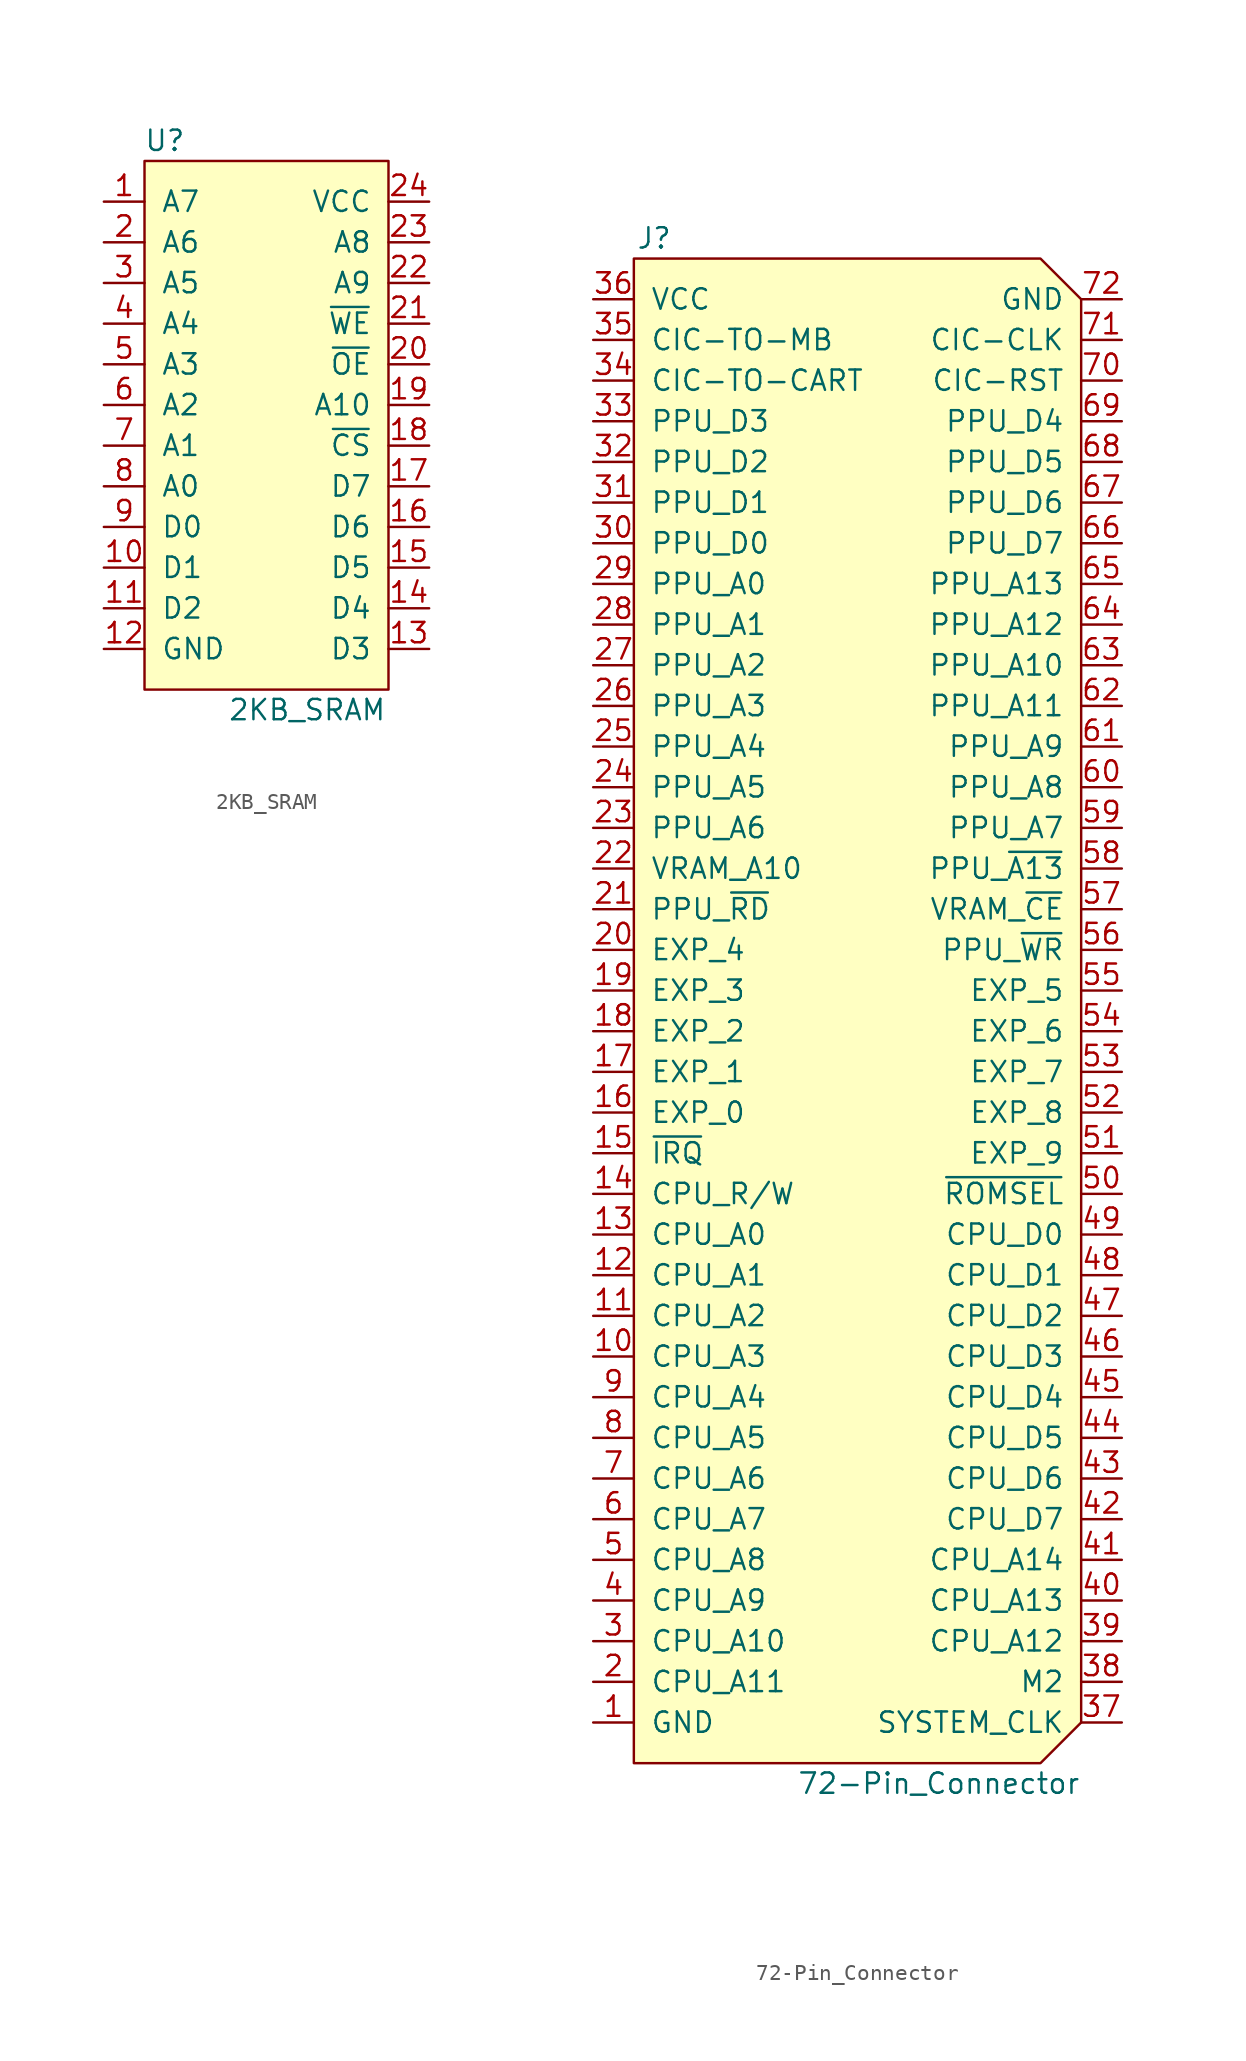
<source format=kicad_sym>
(kicad_symbol_lib
  (version 20241209)
  (generator "kicad_symbol_editor")
  (generator_version "9.0")
  (symbol "2KB_SRAM"
    (pin_names
      (offset 1.016))
    (property "Reference" "U"
      (at -6.35 17.78 0)
      (effects (font (size 1.27 1.27))))
    (property "Value" "2KB_SRAM"
      (at 2.54 -17.78 0)
      (effects (font (size 1.27 1.27))))
    (symbol "2KB_SRAM_0_1"
      (rectangle (start 7.62 16.51) (end -7.62 -16.51) (stroke (width 0) (type solid)) (fill (type background))))
    (symbol "2KB_SRAM_1_1"
      (pin passive line (at -10.16 13.97 0) (length 2.54) (name "A7" (effects (font (size 1.27 1.27)))) (number "1" (effects (font (size 1.27 1.27)))))
      (pin passive line (at -10.16 11.43 0) (length 2.54) (name "A6~{}" (effects (font (size 1.27 1.27)))) (number "2" (effects (font (size 1.27 1.27)))))
      (pin passive line (at -10.16 8.89 0) (length 2.54) (name "A5~{}" (effects (font (size 1.27 1.27)))) (number "3" (effects (font (size 1.27 1.27)))))
      (pin passive line (at -10.16 6.35 0) (length 2.54) (name "A4~{}" (effects (font (size 1.27 1.27)))) (number "4" (effects (font (size 1.27 1.27)))))
      (pin passive line (at -10.16 3.81 0) (length 2.54) (name "A3~{}" (effects (font (size 1.27 1.27)))) (number "5" (effects (font (size 1.27 1.27)))))
      (pin passive line (at -10.16 1.27 0) (length 2.54) (name "A2" (effects (font (size 1.27 1.27)))) (number "6" (effects (font (size 1.27 1.27)))))
      (pin passive line (at -10.16 -1.27 0) (length 2.54) (name "A1" (effects (font (size 1.27 1.27)))) (number "7" (effects (font (size 1.27 1.27)))))
      (pin passive line (at -10.16 -3.81 0) (length 2.54) (name "A0" (effects (font (size 1.27 1.27)))) (number "8" (effects (font (size 1.27 1.27)))))
      (pin passive line (at -10.16 -6.35 0) (length 2.54) (name "D0" (effects (font (size 1.27 1.27)))) (number "9" (effects (font (size 1.27 1.27)))))
      (pin passive line (at -10.16 -8.89 0) (length 2.54) (name "D1" (effects (font (size 1.27 1.27)))) (number "10" (effects (font (size 1.27 1.27)))))
      (pin passive line (at -10.16 -11.43 0) (length 2.54) (name "D2" (effects (font (size 1.27 1.27)))) (number "11" (effects (font (size 1.27 1.27)))))
      (pin passive line (at -10.16 -13.97 0) (length 2.54) (name "GND~{}" (effects (font (size 1.27 1.27)))) (number "12" (effects (font (size 1.27 1.27)))))
      (pin passive line (at 10.16 13.97 180) (length 2.54) (name "VCC" (effects (font (size 1.27 1.27)))) (number "24" (effects (font (size 1.27 1.27)))))
      (pin passive line (at 10.16 11.43 180) (length 2.54) (name "A8" (effects (font (size 1.27 1.27)))) (number "23" (effects (font (size 1.27 1.27)))))
      (pin passive line (at 10.16 8.89 180) (length 2.54) (name "A9" (effects (font (size 1.27 1.27)))) (number "22" (effects (font (size 1.27 1.27)))))
      (pin passive line (at 10.16 6.35 180) (length 2.54) (name "~{WE}" (effects (font (size 1.27 1.27)))) (number "21" (effects (font (size 1.27 1.27)))))
      (pin passive line (at 10.16 3.81 180) (length 2.54) (name "~{OE}" (effects (font (size 1.27 1.27)))) (number "20" (effects (font (size 1.27 1.27)))))
      (pin passive line (at 10.16 1.27 180) (length 2.54) (name "A10" (effects (font (size 1.27 1.27)))) (number "19" (effects (font (size 1.27 1.27)))))
      (pin passive line (at 10.16 -1.27 180) (length 2.54) (name "~{CS}" (effects (font (size 1.27 1.27)))) (number "18" (effects (font (size 1.27 1.27)))))
      (pin passive line (at 10.16 -3.81 180) (length 2.54) (name "D7" (effects (font (size 1.27 1.27)))) (number "17" (effects (font (size 1.27 1.27)))))
      (pin passive line (at 10.16 -6.35 180) (length 2.54) (name "D6" (effects (font (size 1.27 1.27)))) (number "16" (effects (font (size 1.27 1.27)))))
      (pin passive line (at 10.16 -8.89 180) (length 2.54) (name "D5" (effects (font (size 1.27 1.27)))) (number "15" (effects (font (size 1.27 1.27)))))
      (pin passive line (at 10.16 -11.43 180) (length 2.54) (name "D4" (effects (font (size 1.27 1.27)))) (number "14" (effects (font (size 1.27 1.27)))))
      (pin passive line (at 10.16 -13.97 180) (length 2.54) (name "D3" (effects (font (size 1.27 1.27)))) (number "13" (effects (font (size 1.27 1.27)))))))
  (symbol "72-Pin_Connector"
    (pin_names
      (offset 1.016))
    (property "Reference" "J"
      (at -12.7 49.53 0)
      (effects (font (size 1.27 1.27))))
    (property "Value" "72-Pin_Connector"
      (at 5.08 -46.99 0)
      (effects (font (size 1.27 1.27))))
    (symbol "72-Pin_Connector_0_1"
      (polyline (pts (xy 13.97 -43.18) (xy 11.43 -45.72) (xy -13.97 -45.72) (xy -13.97 48.26) (xy 11.43 48.26) (xy 13.97 45.72) (xy 13.97 -43.18)) (stroke (width 0) (type solid)) (fill (type background))))
    (symbol "72-Pin_Connector_1_1"
      (pin passive line (at -16.51 45.72 0) (length 2.54) (name "VCC" (effects (font (size 1.27 1.27)))) (number "36" (effects (font (size 1.27 1.27)))))
      (pin output line (at -16.51 43.18 0) (length 2.54) (name "CIC-TO-MB" (effects (font (size 1.27 1.27)))) (number "35" (effects (font (size 1.27 1.27)))))
      (pin input line (at -16.51 40.64 0) (length 2.54) (name "CIC-TO-CART" (effects (font (size 1.27 1.27)))) (number "34" (effects (font (size 1.27 1.27)))))
      (pin bidirectional line (at -16.51 38.1 0) (length 2.54) (name "PPU_D3" (effects (font (size 1.27 1.27)))) (number "33" (effects (font (size 1.27 1.27)))))
      (pin bidirectional line (at -16.51 35.56 0) (length 2.54) (name "PPU_D2" (effects (font (size 1.27 1.27)))) (number "32" (effects (font (size 1.27 1.27)))))
      (pin bidirectional line (at -16.51 33.02 0) (length 2.54) (name "PPU_D1" (effects (font (size 1.27 1.27)))) (number "31" (effects (font (size 1.27 1.27)))))
      (pin bidirectional line (at -16.51 30.48 0) (length 2.54) (name "PPU_D0" (effects (font (size 1.27 1.27)))) (number "30" (effects (font (size 1.27 1.27)))))
      (pin input line (at -16.51 27.94 0) (length 2.54) (name "PPU_A0" (effects (font (size 1.27 1.27)))) (number "29" (effects (font (size 1.27 1.27)))))
      (pin input line (at -16.51 25.4 0) (length 2.54) (name "PPU_A1" (effects (font (size 1.27 1.27)))) (number "28" (effects (font (size 1.27 1.27)))))
      (pin input line (at -16.51 22.86 0) (length 2.54) (name "PPU_A2" (effects (font (size 1.27 1.27)))) (number "27" (effects (font (size 1.27 1.27)))))
      (pin input line (at -16.51 20.32 0) (length 2.54) (name "PPU_A3" (effects (font (size 1.27 1.27)))) (number "26" (effects (font (size 1.27 1.27)))))
      (pin input line (at -16.51 17.78 0) (length 2.54) (name "PPU_A4" (effects (font (size 1.27 1.27)))) (number "25" (effects (font (size 1.27 1.27)))))
      (pin input line (at -16.51 15.24 0) (length 2.54) (name "PPU_A5" (effects (font (size 1.27 1.27)))) (number "24" (effects (font (size 1.27 1.27)))))
      (pin input line (at -16.51 12.7 0) (length 2.54) (name "PPU_A6" (effects (font (size 1.27 1.27)))) (number "23" (effects (font (size 1.27 1.27)))))
      (pin output line (at -16.51 10.16 0) (length 2.54) (name "VRAM_A10" (effects (font (size 1.27 1.27)))) (number "22" (effects (font (size 1.27 1.27)))))
      (pin input line (at -16.51 7.62 0) (length 2.54) (name "PPU_~{RD}" (effects (font (size 1.27 1.27)))) (number "21" (effects (font (size 1.27 1.27)))))
      (pin passive line (at -16.51 5.08 0) (length 2.54) (name "EXP_4" (effects (font (size 1.27 1.27)))) (number "20" (effects (font (size 1.27 1.27)))))
      (pin passive line (at -16.51 2.54 0) (length 2.54) (name "EXP_3" (effects (font (size 1.27 1.27)))) (number "19" (effects (font (size 1.27 1.27)))))
      (pin passive line (at -16.51 0 0) (length 2.54) (name "EXP_2" (effects (font (size 1.27 1.27)))) (number "18" (effects (font (size 1.27 1.27)))))
      (pin passive line (at -16.51 -2.54 0) (length 2.54) (name "EXP_1" (effects (font (size 1.27 1.27)))) (number "17" (effects (font (size 1.27 1.27)))))
      (pin passive line (at -16.51 -5.08 0) (length 2.54) (name "EXP_0" (effects (font (size 1.27 1.27)))) (number "16" (effects (font (size 1.27 1.27)))))
      (pin output line (at -16.51 -7.62 0) (length 2.54) (name "~{IRQ}" (effects (font (size 1.27 1.27)))) (number "15" (effects (font (size 1.27 1.27)))))
      (pin input line (at -16.51 -10.16 0) (length 2.54) (name "CPU_R/W" (effects (font (size 1.27 1.27)))) (number "14" (effects (font (size 1.27 1.27)))))
      (pin input line (at -16.51 -12.7 0) (length 2.54) (name "CPU_A0" (effects (font (size 1.27 1.27)))) (number "13" (effects (font (size 1.27 1.27)))))
      (pin input line (at -16.51 -15.24 0) (length 2.54) (name "CPU_A1" (effects (font (size 1.27 1.27)))) (number "12" (effects (font (size 1.27 1.27)))))
      (pin input line (at -16.51 -17.78 0) (length 2.54) (name "CPU_A2" (effects (font (size 1.27 1.27)))) (number "11" (effects (font (size 1.27 1.27)))))
      (pin input line (at -16.51 -20.32 0) (length 2.54) (name "CPU_A3" (effects (font (size 1.27 1.27)))) (number "10" (effects (font (size 1.27 1.27)))))
      (pin input line (at -16.51 -22.86 0) (length 2.54) (name "CPU_A4" (effects (font (size 1.27 1.27)))) (number "9" (effects (font (size 1.27 1.27)))))
      (pin input line (at -16.51 -25.4 0) (length 2.54) (name "CPU_A5" (effects (font (size 1.27 1.27)))) (number "8" (effects (font (size 1.27 1.27)))))
      (pin input line (at -16.51 -27.94 0) (length 2.54) (name "CPU_A6" (effects (font (size 1.27 1.27)))) (number "7" (effects (font (size 1.27 1.27)))))
      (pin input line (at -16.51 -30.48 0) (length 2.54) (name "CPU_A7" (effects (font (size 1.27 1.27)))) (number "6" (effects (font (size 1.27 1.27)))))
      (pin input line (at -16.51 -33.02 0) (length 2.54) (name "CPU_A8" (effects (font (size 1.27 1.27)))) (number "5" (effects (font (size 1.27 1.27)))))
      (pin input line (at -16.51 -35.56 0) (length 2.54) (name "CPU_A9" (effects (font (size 1.27 1.27)))) (number "4" (effects (font (size 1.27 1.27)))))
      (pin input line (at -16.51 -38.1 0) (length 2.54) (name "CPU_A10" (effects (font (size 1.27 1.27)))) (number "3" (effects (font (size 1.27 1.27)))))
      (pin input line (at -16.51 -40.64 0) (length 2.54) (name "CPU_A11" (effects (font (size 1.27 1.27)))) (number "2" (effects (font (size 1.27 1.27)))))
      (pin passive line (at -16.51 -43.18 0) (length 2.54) (name "GND" (effects (font (size 1.27 1.27)))) (number "1" (effects (font (size 1.27 1.27)))))
      (pin passive line (at 16.51 45.72 180) (length 2.54) (name "GND" (effects (font (size 1.27 1.27)))) (number "72" (effects (font (size 1.27 1.27)))))
      (pin input line (at 16.51 43.18 180) (length 2.54) (name "CIC-CLK" (effects (font (size 1.27 1.27)))) (number "71" (effects (font (size 1.27 1.27)))))
      (pin input line (at 16.51 40.64 180) (length 2.54) (name "CIC-RST" (effects (font (size 1.27 1.27)))) (number "70" (effects (font (size 1.27 1.27)))))
      (pin bidirectional line (at 16.51 38.1 180) (length 2.54) (name "PPU_D4" (effects (font (size 1.27 1.27)))) (number "69" (effects (font (size 1.27 1.27)))))
      (pin bidirectional line (at 16.51 35.56 180) (length 2.54) (name "PPU_D5" (effects (font (size 1.27 1.27)))) (number "68" (effects (font (size 1.27 1.27)))))
      (pin bidirectional line (at 16.51 33.02 180) (length 2.54) (name "PPU_D6" (effects (font (size 1.27 1.27)))) (number "67" (effects (font (size 1.27 1.27)))))
      (pin bidirectional line (at 16.51 30.48 180) (length 2.54) (name "PPU_D7" (effects (font (size 1.27 1.27)))) (number "66" (effects (font (size 1.27 1.27)))))
      (pin input line (at 16.51 27.94 180) (length 2.54) (name "PPU_A13" (effects (font (size 1.27 1.27)))) (number "65" (effects (font (size 1.27 1.27)))))
      (pin input line (at 16.51 25.4 180) (length 2.54) (name "PPU_A12" (effects (font (size 1.27 1.27)))) (number "64" (effects (font (size 1.27 1.27)))))
      (pin input line (at 16.51 22.86 180) (length 2.54) (name "PPU_A10" (effects (font (size 1.27 1.27)))) (number "63" (effects (font (size 1.27 1.27)))))
      (pin input line (at 16.51 20.32 180) (length 2.54) (name "PPU_A11" (effects (font (size 1.27 1.27)))) (number "62" (effects (font (size 1.27 1.27)))))
      (pin input line (at 16.51 17.78 180) (length 2.54) (name "PPU_A9" (effects (font (size 1.27 1.27)))) (number "61" (effects (font (size 1.27 1.27)))))
      (pin input line (at 16.51 15.24 180) (length 2.54) (name "PPU_A8" (effects (font (size 1.27 1.27)))) (number "60" (effects (font (size 1.27 1.27)))))
      (pin input line (at 16.51 12.7 180) (length 2.54) (name "PPU_A7" (effects (font (size 1.27 1.27)))) (number "59" (effects (font (size 1.27 1.27)))))
      (pin input line (at 16.51 10.16 180) (length 2.54) (name "PPU_~{A13}" (effects (font (size 1.27 1.27)))) (number "58" (effects (font (size 1.27 1.27)))))
      (pin output line (at 16.51 7.62 180) (length 2.54) (name "VRAM_~{CE}" (effects (font (size 1.27 1.27)))) (number "57" (effects (font (size 1.27 1.27)))))
      (pin input line (at 16.51 5.08 180) (length 2.54) (name "PPU_~{WR}" (effects (font (size 1.27 1.27)))) (number "56" (effects (font (size 1.27 1.27)))))
      (pin passive line (at 16.51 2.54 180) (length 2.54) (name "EXP_5" (effects (font (size 1.27 1.27)))) (number "55" (effects (font (size 1.27 1.27)))))
      (pin passive line (at 16.51 0 180) (length 2.54) (name "EXP_6" (effects (font (size 1.27 1.27)))) (number "54" (effects (font (size 1.27 1.27)))))
      (pin passive line (at 16.51 -2.54 180) (length 2.54) (name "EXP_7" (effects (font (size 1.27 1.27)))) (number "53" (effects (font (size 1.27 1.27)))))
      (pin passive line (at 16.51 -5.08 180) (length 2.54) (name "EXP_8" (effects (font (size 1.27 1.27)))) (number "52" (effects (font (size 1.27 1.27)))))
      (pin passive line (at 16.51 -7.62 180) (length 2.54) (name "EXP_9" (effects (font (size 1.27 1.27)))) (number "51" (effects (font (size 1.27 1.27)))))
      (pin input line (at 16.51 -10.16 180) (length 2.54) (name "~{ROMSEL}" (effects (font (size 1.27 1.27)))) (number "50" (effects (font (size 1.27 1.27)))))
      (pin bidirectional line (at 16.51 -12.7 180) (length 2.54) (name "CPU_D0" (effects (font (size 1.27 1.27)))) (number "49" (effects (font (size 1.27 1.27)))))
      (pin bidirectional line (at 16.51 -15.24 180) (length 2.54) (name "CPU_D1" (effects (font (size 1.27 1.27)))) (number "48" (effects (font (size 1.27 1.27)))))
      (pin bidirectional line (at 16.51 -17.78 180) (length 2.54) (name "CPU_D2" (effects (font (size 1.27 1.27)))) (number "47" (effects (font (size 1.27 1.27)))))
      (pin bidirectional line (at 16.51 -20.32 180) (length 2.54) (name "CPU_D3" (effects (font (size 1.27 1.27)))) (number "46" (effects (font (size 1.27 1.27)))))
      (pin bidirectional line (at 16.51 -22.86 180) (length 2.54) (name "CPU_D4" (effects (font (size 1.27 1.27)))) (number "45" (effects (font (size 1.27 1.27)))))
      (pin bidirectional line (at 16.51 -25.4 180) (length 2.54) (name "CPU_D5" (effects (font (size 1.27 1.27)))) (number "44" (effects (font (size 1.27 1.27)))))
      (pin bidirectional line (at 16.51 -27.94 180) (length 2.54) (name "CPU_D6" (effects (font (size 1.27 1.27)))) (number "43" (effects (font (size 1.27 1.27)))))
      (pin bidirectional line (at 16.51 -30.48 180) (length 2.54) (name "CPU_D7" (effects (font (size 1.27 1.27)))) (number "42" (effects (font (size 1.27 1.27)))))
      (pin input line (at 16.51 -33.02 180) (length 2.54) (name "CPU_A14" (effects (font (size 1.27 1.27)))) (number "41" (effects (font (size 1.27 1.27)))))
      (pin input line (at 16.51 -35.56 180) (length 2.54) (name "CPU_A13" (effects (font (size 1.27 1.27)))) (number "40" (effects (font (size 1.27 1.27)))))
      (pin input line (at 16.51 -38.1 180) (length 2.54) (name "CPU_A12" (effects (font (size 1.27 1.27)))) (number "39" (effects (font (size 1.27 1.27)))))
      (pin input line (at 16.51 -40.64 180) (length 2.54) (name "M2" (effects (font (size 1.27 1.27)))) (number "38" (effects (font (size 1.27 1.27)))))
      (pin input line (at 16.51 -43.18 180) (length 2.54) (name "SYSTEM_CLK" (effects (font (size 1.27 1.27)))) (number "37" (effects (font (size 1.27 1.27))))))))
</source>
